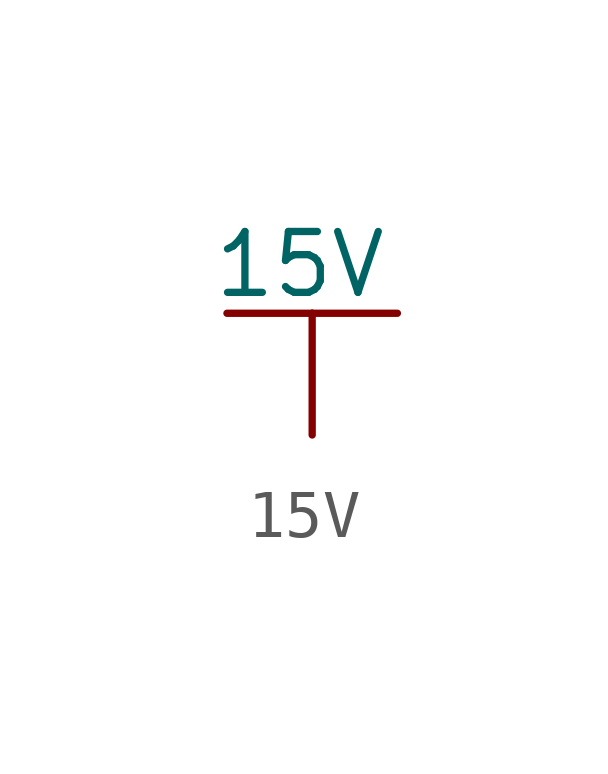
<source format=kicad_sym>
(kicad_symbol_lib
  (version 20231120)
  (generator "kicad_symbol_editor")
  (generator_version "8.0")
  (symbol "15V"
    (power)
    (pin_numbers hide)
    (pin_names
      (offset 0) hide)
    (property "Reference" "#PWR"
      (at 0 -3.81 0)
      (effects (font (size 1.27 1.27)) (hide yes)))
    (property "Value" "15V"
      (at -0.254 3.556 0)
      (effects (font (size 1.27 1.27))))
    (property "Footprint" ""
      (at 0 0 0)
      (effects (font (size 1.524 1.524))))
    (property "Datasheet" ""
      (at 0 0 0)
      (effects (font (size 1.524 1.524))))
    (symbol "15V_0_1"
      (polyline (pts (xy -1.778 2.54) (xy 0 2.54)) (stroke (width 0) (type default)) (fill (type none)))
      (polyline (pts (xy 0 0) (xy 0 2.54)) (stroke (width 0) (type default)) (fill (type none)))
      (polyline (pts (xy 0 2.54) (xy 1.778 2.54)) (stroke (width 0) (type default)) (fill (type none))))
    (symbol "15V_1_1"
      (pin power_in line (at 0 0 90) (length 0) hide (name "15V" (effects (font (size 1.27 1.27)))) (number "1" (effects (font (size 1.27 1.27))))))))
</source>
